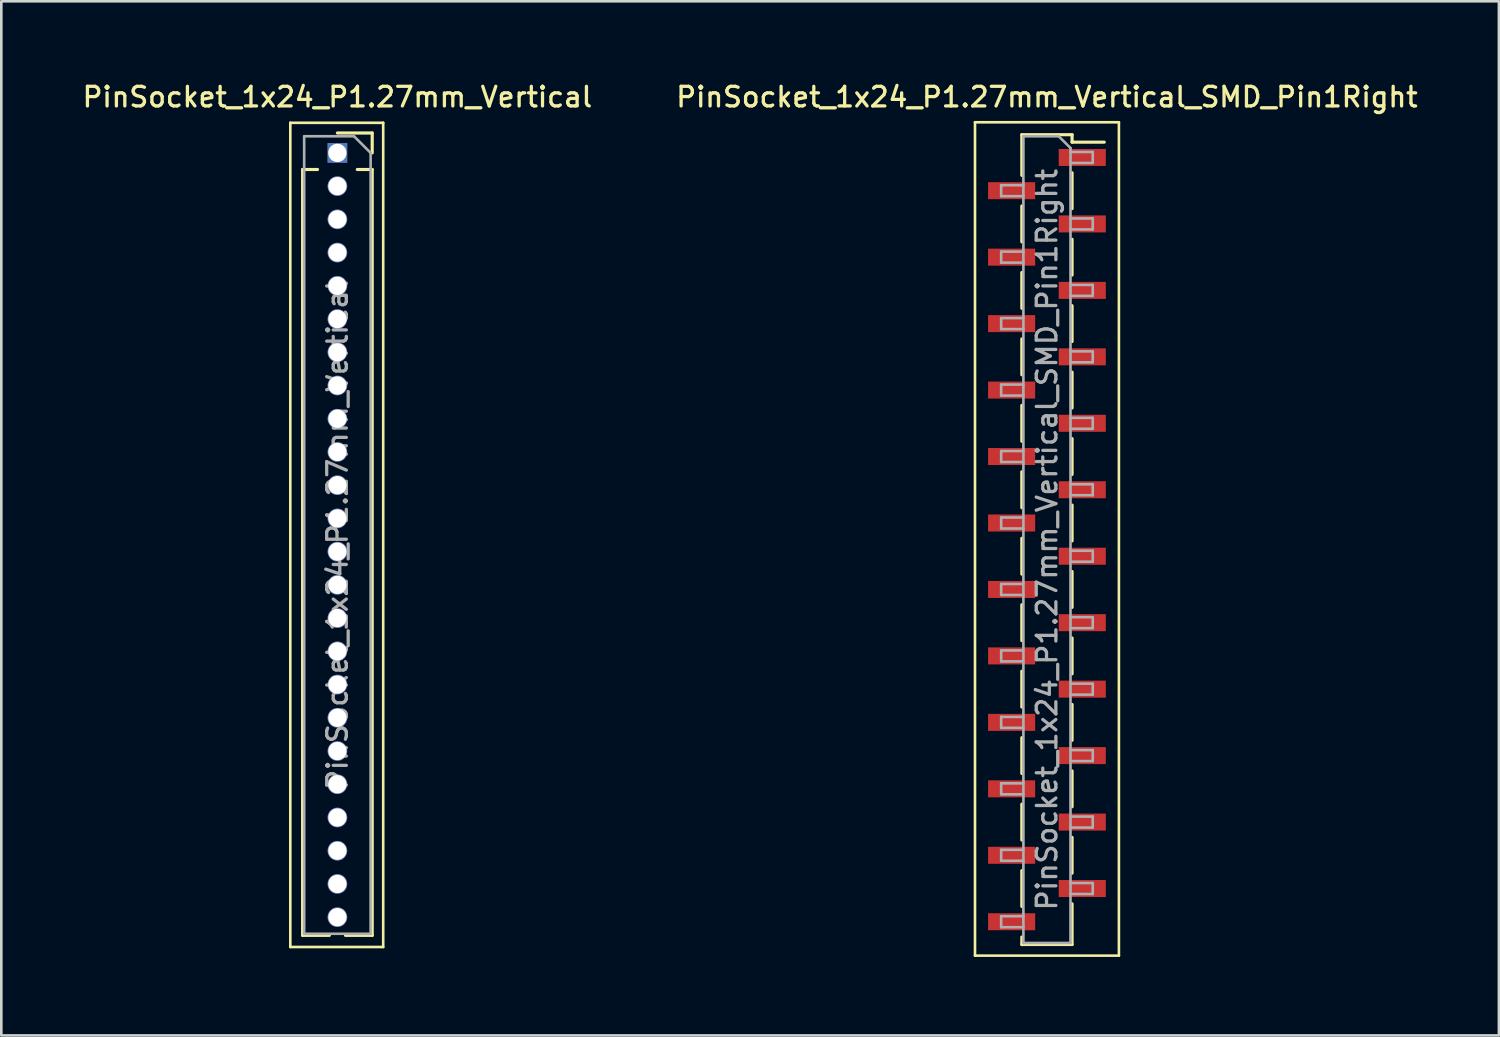
<source format=kicad_pcb>
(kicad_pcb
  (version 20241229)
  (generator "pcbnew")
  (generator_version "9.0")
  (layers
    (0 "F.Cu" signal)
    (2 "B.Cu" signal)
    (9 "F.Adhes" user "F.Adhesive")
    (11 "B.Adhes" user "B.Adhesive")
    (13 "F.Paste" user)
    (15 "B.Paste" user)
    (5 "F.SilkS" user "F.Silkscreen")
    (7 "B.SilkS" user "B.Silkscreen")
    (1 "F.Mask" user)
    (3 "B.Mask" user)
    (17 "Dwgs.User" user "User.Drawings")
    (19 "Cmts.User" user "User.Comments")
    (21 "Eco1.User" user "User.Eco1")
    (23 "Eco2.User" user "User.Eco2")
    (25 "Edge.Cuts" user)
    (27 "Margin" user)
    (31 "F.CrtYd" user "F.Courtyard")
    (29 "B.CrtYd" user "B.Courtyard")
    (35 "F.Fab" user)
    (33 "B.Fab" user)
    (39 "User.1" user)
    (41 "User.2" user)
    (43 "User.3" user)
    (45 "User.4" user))
  (footprint "PinSocket_1x24_P1.27mm_Vertical"
    (layer "F.Cu")
    (at 9.845 2.793)
    (property "Reference" "PinSocket_1x24_P1.27mm_Vertical" (at 0 -2.135 0) (layer "F.SilkS") (effects (font (size 0.75 0.75) (thickness 0.125))))
    (attr through_hole)
    (fp_line (start -1.8 -1.15) (end 1.75 -1.15) (stroke (width 0.1) (type solid)) (layer "F.SilkS"))
    (fp_line (start -1.8 30.35) (end -1.8 -1.15) (stroke (width 0.1) (type solid)) (layer "F.SilkS"))
    (fp_line (start -1.33 0.635) (end -1.33 29.905) (stroke (width 0.12) (type solid)) (layer "F.SilkS"))
    (fp_line (start -1.33 0.635) (end -0.76 0.635) (stroke (width 0.12) (type solid)) (layer "F.SilkS"))
    (fp_line (start -1.33 29.905) (end -0.308 29.905) (stroke (width 0.12) (type solid)) (layer "F.SilkS"))
    (fp_line (start 0 -0.76) (end 1.33 -0.76) (stroke (width 0.12) (type solid)) (layer "F.SilkS"))
    (fp_line (start 0.308 29.905) (end 1.33 29.905) (stroke (width 0.12) (type solid)) (layer "F.SilkS"))
    (fp_line (start 0.76 0.635) (end 1.33 0.635) (stroke (width 0.12) (type solid)) (layer "F.SilkS"))
    (fp_line (start 1.33 -0.76) (end 1.33 0) (stroke (width 0.12) (type solid)) (layer "F.SilkS"))
    (fp_line (start 1.33 0.635) (end 1.33 29.905) (stroke (width 0.12) (type solid)) (layer "F.SilkS"))
    (fp_line (start 1.75 -1.15) (end 1.75 30.35) (stroke (width 0.1) (type solid)) (layer "F.SilkS"))
    (fp_line (start 1.75 30.35) (end -1.8 30.35) (stroke (width 0.1) (type solid)) (layer "F.SilkS"))
    (fp_line (start -1.27 -0.635) (end 0.635 -0.635) (stroke (width 0.1) (type solid)) (layer "F.Fab"))
    (fp_line (start -1.27 29.845) (end -1.27 -0.635) (stroke (width 0.1) (type solid)) (layer "F.Fab"))
    (fp_line (start 0.635 -0.635) (end 1.27 0) (stroke (width 0.1) (type solid)) (layer "F.Fab"))
    (fp_line (start 1.27 0) (end 1.27 29.845) (stroke (width 0.1) (type solid)) (layer "F.Fab"))
    (fp_line (start 1.27 29.845) (end -1.27 29.845) (stroke (width 0.1) (type solid)) (layer "F.Fab"))
    (fp_text user "${REFERENCE}" (at 0 14.605 90) (layer "F.Fab") (effects (font (size 0.75 0.75) (thickness 0.125))))
    (pad "1" thru_hole rect (at 0 0) (size 0.75 0.75) (drill 0.7) (layers "*.Cu" "*.Mask"))
    (pad "2" thru_hole oval (at 0 1.27) (size 0.75 0.75) (drill 0.7) (layers "*.Cu" "*.Mask"))
    (pad "3" thru_hole oval (at 0 2.54) (size 0.75 0.75) (drill 0.7) (layers "*.Cu" "*.Mask"))
    (pad "4" thru_hole oval (at 0 3.81) (size 0.75 0.75) (drill 0.7) (layers "*.Cu" "*.Mask"))
    (pad "5" thru_hole oval (at 0 5.08) (size 0.75 0.75) (drill 0.7) (layers "*.Cu" "*.Mask"))
    (pad "6" thru_hole oval (at 0 6.35) (size 0.75 0.75) (drill 0.7) (layers "*.Cu" "*.Mask"))
    (pad "7" thru_hole oval (at 0 7.62) (size 0.75 0.75) (drill 0.7) (layers "*.Cu" "*.Mask"))
    (pad "8" thru_hole oval (at 0 8.89) (size 0.75 0.75) (drill 0.7) (layers "*.Cu" "*.Mask"))
    (pad "9" thru_hole oval (at 0 10.16) (size 0.75 0.75) (drill 0.7) (layers "*.Cu" "*.Mask"))
    (pad "10" thru_hole oval (at 0 11.43) (size 0.75 0.75) (drill 0.7) (layers "*.Cu" "*.Mask"))
    (pad "11" thru_hole oval (at 0 12.7) (size 0.75 0.75) (drill 0.7) (layers "*.Cu" "*.Mask"))
    (pad "12" thru_hole oval (at 0 13.97) (size 0.75 0.75) (drill 0.7) (layers "*.Cu" "*.Mask"))
    (pad "13" thru_hole oval (at 0 15.24) (size 0.75 0.75) (drill 0.7) (layers "*.Cu" "*.Mask"))
    (pad "14" thru_hole oval (at 0 16.51) (size 0.75 0.75) (drill 0.7) (layers "*.Cu" "*.Mask"))
    (pad "15" thru_hole oval (at 0 17.78) (size 0.75 0.75) (drill 0.7) (layers "*.Cu" "*.Mask"))
    (pad "16" thru_hole oval (at 0 19.05) (size 0.75 0.75) (drill 0.7) (layers "*.Cu" "*.Mask"))
    (pad "17" thru_hole oval (at 0 20.32) (size 0.75 0.75) (drill 0.7) (layers "*.Cu" "*.Mask"))
    (pad "18" thru_hole oval (at 0 21.59) (size 0.75 0.75) (drill 0.7) (layers "*.Cu" "*.Mask"))
    (pad "19" thru_hole oval (at 0 22.86) (size 0.75 0.75) (drill 0.7) (layers "*.Cu" "*.Mask"))
    (pad "20" thru_hole oval (at 0 24.13) (size 0.75 0.75) (drill 0.7) (layers "*.Cu" "*.Mask"))
    (pad "21" thru_hole oval (at 0 25.4) (size 0.75 0.75) (drill 0.7) (layers "*.Cu" "*.Mask"))
    (pad "22" thru_hole oval (at 0 26.67) (size 0.75 0.75) (drill 0.7) (layers "*.Cu" "*.Mask"))
    (pad "23" thru_hole oval (at 0 27.94) (size 0.75 0.75) (drill 0.7) (layers "*.Cu" "*.Mask"))
    (pad "24" thru_hole oval (at 0 29.21) (size 0.75 0.75) (drill 0.7) (layers "*.Cu" "*.Mask")))
  (footprint "PinSocket_1x24_P1.27mm_Vertical_SMD_Pin1Right"
    (layer "F.Cu")
    (at 36.963 17.573)
    (property "Reference" "PinSocket_1x24_P1.27mm_Vertical_SMD_Pin1Right" (at 0 -16.915 0) (layer "F.SilkS") (effects (font (size 0.75 0.75) (thickness 0.125))))
    (attr smd)
    (fp_line (start -2.75 -15.95) (end 2.75 -15.95) (stroke (width 0.1) (type solid)) (layer "F.SilkS"))
    (fp_line (start -2.75 15.9) (end -2.75 -15.95) (stroke (width 0.1) (type solid)) (layer "F.SilkS"))
    (fp_line (start -0.96 -15.475) (end -0.96 -13.92) (stroke (width 0.12) (type solid)) (layer "F.SilkS"))
    (fp_line (start -0.96 -15.475) (end 0.96 -15.475) (stroke (width 0.12) (type solid)) (layer "F.SilkS"))
    (fp_line (start -0.96 -12.75) (end -0.96 -11.38) (stroke (width 0.12) (type solid)) (layer "F.SilkS"))
    (fp_line (start -0.96 -10.21) (end -0.96 -8.84) (stroke (width 0.12) (type solid)) (layer "F.SilkS"))
    (fp_line (start -0.96 -7.67) (end -0.96 -6.3) (stroke (width 0.12) (type solid)) (layer "F.SilkS"))
    (fp_line (start -0.96 -5.13) (end -0.96 -3.76) (stroke (width 0.12) (type solid)) (layer "F.SilkS"))
    (fp_line (start -0.96 -2.59) (end -0.96 -1.22) (stroke (width 0.12) (type solid)) (layer "F.SilkS"))
    (fp_line (start -0.96 -0.05) (end -0.96 1.32) (stroke (width 0.12) (type solid)) (layer "F.SilkS"))
    (fp_line (start -0.96 2.49) (end -0.96 3.86) (stroke (width 0.12) (type solid)) (layer "F.SilkS"))
    (fp_line (start -0.96 5.03) (end -0.96 6.4) (stroke (width 0.12) (type solid)) (layer "F.SilkS"))
    (fp_line (start -0.96 7.57) (end -0.96 8.94) (stroke (width 0.12) (type solid)) (layer "F.SilkS"))
    (fp_line (start -0.96 10.11) (end -0.96 11.48) (stroke (width 0.12) (type solid)) (layer "F.SilkS"))
    (fp_line (start -0.96 12.65) (end -0.96 14.02) (stroke (width 0.12) (type solid)) (layer "F.SilkS"))
    (fp_line (start -0.96 15.19) (end -0.96 15.475) (stroke (width 0.12) (type solid)) (layer "F.SilkS"))
    (fp_line (start -0.96 15.475) (end 0.96 15.475) (stroke (width 0.12) (type solid)) (layer "F.SilkS"))
    (fp_line (start 0.96 -15.475) (end 0.96 -15.19) (stroke (width 0.12) (type solid)) (layer "F.SilkS"))
    (fp_line (start 0.96 -15.19) (end 2.19 -15.19) (stroke (width 0.12) (type solid)) (layer "F.SilkS"))
    (fp_line (start 0.96 -14.02) (end 0.96 -12.65) (stroke (width 0.12) (type solid)) (layer "F.SilkS"))
    (fp_line (start 0.96 -11.48) (end 0.96 -10.11) (stroke (width 0.12) (type solid)) (layer "F.SilkS"))
    (fp_line (start 0.96 -8.94) (end 0.96 -7.57) (stroke (width 0.12) (type solid)) (layer "F.SilkS"))
    (fp_line (start 0.96 -6.4) (end 0.96 -5.03) (stroke (width 0.12) (type solid)) (layer "F.SilkS"))
    (fp_line (start 0.96 -3.86) (end 0.96 -2.49) (stroke (width 0.12) (type solid)) (layer "F.SilkS"))
    (fp_line (start 0.96 -1.32) (end 0.96 0.05) (stroke (width 0.12) (type solid)) (layer "F.SilkS"))
    (fp_line (start 0.96 1.22) (end 0.96 2.59) (stroke (width 0.12) (type solid)) (layer "F.SilkS"))
    (fp_line (start 0.96 3.76) (end 0.96 5.13) (stroke (width 0.12) (type solid)) (layer "F.SilkS"))
    (fp_line (start 0.96 6.3) (end 0.96 7.67) (stroke (width 0.12) (type solid)) (layer "F.SilkS"))
    (fp_line (start 0.96 8.84) (end 0.96 10.21) (stroke (width 0.12) (type solid)) (layer "F.SilkS"))
    (fp_line (start 0.96 11.38) (end 0.96 12.75) (stroke (width 0.12) (type solid)) (layer "F.SilkS"))
    (fp_line (start 0.96 13.92) (end 0.96 15.475) (stroke (width 0.12) (type solid)) (layer "F.SilkS"))
    (fp_line (start 2.75 -15.95) (end 2.75 15.9) (stroke (width 0.1) (type solid)) (layer "F.SilkS"))
    (fp_line (start 2.75 15.9) (end -2.75 15.9) (stroke (width 0.1) (type solid)) (layer "F.SilkS"))
    (fp_line (start -1.75 -13.545) (end -0.9 -13.545) (stroke (width 0.1) (type solid)) (layer "F.Fab"))
    (fp_line (start -1.75 -13.125) (end -1.75 -13.545) (stroke (width 0.1) (type solid)) (layer "F.Fab"))
    (fp_line (start -1.75 -11.005) (end -0.9 -11.005) (stroke (width 0.1) (type solid)) (layer "F.Fab"))
    (fp_line (start -1.75 -10.585) (end -1.75 -11.005) (stroke (width 0.1) (type solid)) (layer "F.Fab"))
    (fp_line (start -1.75 -8.465) (end -0.9 -8.465) (stroke (width 0.1) (type solid)) (layer "F.Fab"))
    (fp_line (start -1.75 -8.045) (end -1.75 -8.465) (stroke (width 0.1) (type solid)) (layer "F.Fab"))
    (fp_line (start -1.75 -5.925) (end -0.9 -5.925) (stroke (width 0.1) (type solid)) (layer "F.Fab"))
    (fp_line (start -1.75 -5.505) (end -1.75 -5.925) (stroke (width 0.1) (type solid)) (layer "F.Fab"))
    (fp_line (start -1.75 -3.385) (end -0.9 -3.385) (stroke (width 0.1) (type solid)) (layer "F.Fab"))
    (fp_line (start -1.75 -2.965) (end -1.75 -3.385) (stroke (width 0.1) (type solid)) (layer "F.Fab"))
    (fp_line (start -1.75 -0.845) (end -0.9 -0.845) (stroke (width 0.1) (type solid)) (layer "F.Fab"))
    (fp_line (start -1.75 -0.425) (end -1.75 -0.845) (stroke (width 0.1) (type solid)) (layer "F.Fab"))
    (fp_line (start -1.75 1.695) (end -0.9 1.695) (stroke (width 0.1) (type solid)) (layer "F.Fab"))
    (fp_line (start -1.75 2.115) (end -1.75 1.695) (stroke (width 0.1) (type solid)) (layer "F.Fab"))
    (fp_line (start -1.75 4.235) (end -0.9 4.235) (stroke (width 0.1) (type solid)) (layer "F.Fab"))
    (fp_line (start -1.75 4.655) (end -1.75 4.235) (stroke (width 0.1) (type solid)) (layer "F.Fab"))
    (fp_line (start -1.75 6.775) (end -0.9 6.775) (stroke (width 0.1) (type solid)) (layer "F.Fab"))
    (fp_line (start -1.75 7.195) (end -1.75 6.775) (stroke (width 0.1) (type solid)) (layer "F.Fab"))
    (fp_line (start -1.75 9.315) (end -0.9 9.315) (stroke (width 0.1) (type solid)) (layer "F.Fab"))
    (fp_line (start -1.75 9.735) (end -1.75 9.315) (stroke (width 0.1) (type solid)) (layer "F.Fab"))
    (fp_line (start -1.75 11.855) (end -0.9 11.855) (stroke (width 0.1) (type solid)) (layer "F.Fab"))
    (fp_line (start -1.75 12.275) (end -1.75 11.855) (stroke (width 0.1) (type solid)) (layer "F.Fab"))
    (fp_line (start -1.75 14.395) (end -0.9 14.395) (stroke (width 0.1) (type solid)) (layer "F.Fab"))
    (fp_line (start -1.75 14.815) (end -1.75 14.395) (stroke (width 0.1) (type solid)) (layer "F.Fab"))
    (fp_line (start -0.9 -15.415) (end 0.45 -15.415) (stroke (width 0.1) (type solid)) (layer "F.Fab"))
    (fp_line (start -0.9 -13.125) (end -1.75 -13.125) (stroke (width 0.1) (type solid)) (layer "F.Fab"))
    (fp_line (start -0.9 -10.585) (end -1.75 -10.585) (stroke (width 0.1) (type solid)) (layer "F.Fab"))
    (fp_line (start -0.9 -8.045) (end -1.75 -8.045) (stroke (width 0.1) (type solid)) (layer "F.Fab"))
    (fp_line (start -0.9 -5.505) (end -1.75 -5.505) (stroke (width 0.1) (type solid)) (layer "F.Fab"))
    (fp_line (start -0.9 -2.965) (end -1.75 -2.965) (stroke (width 0.1) (type solid)) (layer "F.Fab"))
    (fp_line (start -0.9 -0.425) (end -1.75 -0.425) (stroke (width 0.1) (type solid)) (layer "F.Fab"))
    (fp_line (start -0.9 2.115) (end -1.75 2.115) (stroke (width 0.1) (type solid)) (layer "F.Fab"))
    (fp_line (start -0.9 4.655) (end -1.75 4.655) (stroke (width 0.1) (type solid)) (layer "F.Fab"))
    (fp_line (start -0.9 7.195) (end -1.75 7.195) (stroke (width 0.1) (type solid)) (layer "F.Fab"))
    (fp_line (start -0.9 9.735) (end -1.75 9.735) (stroke (width 0.1) (type solid)) (layer "F.Fab"))
    (fp_line (start -0.9 12.275) (end -1.75 12.275) (stroke (width 0.1) (type solid)) (layer "F.Fab"))
    (fp_line (start -0.9 14.815) (end -1.75 14.815) (stroke (width 0.1) (type solid)) (layer "F.Fab"))
    (fp_line (start -0.9 15.415) (end -0.9 -15.415) (stroke (width 0.1) (type solid)) (layer "F.Fab"))
    (fp_line (start 0.45 -15.415) (end 0.9 -14.965) (stroke (width 0.1) (type solid)) (layer "F.Fab"))
    (fp_line (start 0.9 -14.965) (end 0.9 15.415) (stroke (width 0.1) (type solid)) (layer "F.Fab"))
    (fp_line (start 0.9 -14.815) (end 1.75 -14.815) (stroke (width 0.1) (type solid)) (layer "F.Fab"))
    (fp_line (start 0.9 -12.275) (end 1.75 -12.275) (stroke (width 0.1) (type solid)) (layer "F.Fab"))
    (fp_line (start 0.9 -9.735) (end 1.75 -9.735) (stroke (width 0.1) (type solid)) (layer "F.Fab"))
    (fp_line (start 0.9 -7.195) (end 1.75 -7.195) (stroke (width 0.1) (type solid)) (layer "F.Fab"))
    (fp_line (start 0.9 -4.655) (end 1.75 -4.655) (stroke (width 0.1) (type solid)) (layer "F.Fab"))
    (fp_line (start 0.9 -2.115) (end 1.75 -2.115) (stroke (width 0.1) (type solid)) (layer "F.Fab"))
    (fp_line (start 0.9 0.425) (end 1.75 0.425) (stroke (width 0.1) (type solid)) (layer "F.Fab"))
    (fp_line (start 0.9 2.965) (end 1.75 2.965) (stroke (width 0.1) (type solid)) (layer "F.Fab"))
    (fp_line (start 0.9 5.505) (end 1.75 5.505) (stroke (width 0.1) (type solid)) (layer "F.Fab"))
    (fp_line (start 0.9 8.045) (end 1.75 8.045) (stroke (width 0.1) (type solid)) (layer "F.Fab"))
    (fp_line (start 0.9 10.585) (end 1.75 10.585) (stroke (width 0.1) (type solid)) (layer "F.Fab"))
    (fp_line (start 0.9 13.125) (end 1.75 13.125) (stroke (width 0.1) (type solid)) (layer "F.Fab"))
    (fp_line (start 0.9 15.415) (end -0.9 15.415) (stroke (width 0.1) (type solid)) (layer "F.Fab"))
    (fp_line (start 1.75 -14.815) (end 1.75 -14.395) (stroke (width 0.1) (type solid)) (layer "F.Fab"))
    (fp_line (start 1.75 -14.395) (end 0.9 -14.395) (stroke (width 0.1) (type solid)) (layer "F.Fab"))
    (fp_line (start 1.75 -12.275) (end 1.75 -11.855) (stroke (width 0.1) (type solid)) (layer "F.Fab"))
    (fp_line (start 1.75 -11.855) (end 0.9 -11.855) (stroke (width 0.1) (type solid)) (layer "F.Fab"))
    (fp_line (start 1.75 -9.735) (end 1.75 -9.315) (stroke (width 0.1) (type solid)) (layer "F.Fab"))
    (fp_line (start 1.75 -9.315) (end 0.9 -9.315) (stroke (width 0.1) (type solid)) (layer "F.Fab"))
    (fp_line (start 1.75 -7.195) (end 1.75 -6.775) (stroke (width 0.1) (type solid)) (layer "F.Fab"))
    (fp_line (start 1.75 -6.775) (end 0.9 -6.775) (stroke (width 0.1) (type solid)) (layer "F.Fab"))
    (fp_line (start 1.75 -4.655) (end 1.75 -4.235) (stroke (width 0.1) (type solid)) (layer "F.Fab"))
    (fp_line (start 1.75 -4.235) (end 0.9 -4.235) (stroke (width 0.1) (type solid)) (layer "F.Fab"))
    (fp_line (start 1.75 -2.115) (end 1.75 -1.695) (stroke (width 0.1) (type solid)) (layer "F.Fab"))
    (fp_line (start 1.75 -1.695) (end 0.9 -1.695) (stroke (width 0.1) (type solid)) (layer "F.Fab"))
    (fp_line (start 1.75 0.425) (end 1.75 0.845) (stroke (width 0.1) (type solid)) (layer "F.Fab"))
    (fp_line (start 1.75 0.845) (end 0.9 0.845) (stroke (width 0.1) (type solid)) (layer "F.Fab"))
    (fp_line (start 1.75 2.965) (end 1.75 3.385) (stroke (width 0.1) (type solid)) (layer "F.Fab"))
    (fp_line (start 1.75 3.385) (end 0.9 3.385) (stroke (width 0.1) (type solid)) (layer "F.Fab"))
    (fp_line (start 1.75 5.505) (end 1.75 5.925) (stroke (width 0.1) (type solid)) (layer "F.Fab"))
    (fp_line (start 1.75 5.925) (end 0.9 5.925) (stroke (width 0.1) (type solid)) (layer "F.Fab"))
    (fp_line (start 1.75 8.045) (end 1.75 8.465) (stroke (width 0.1) (type solid)) (layer "F.Fab"))
    (fp_line (start 1.75 8.465) (end 0.9 8.465) (stroke (width 0.1) (type solid)) (layer "F.Fab"))
    (fp_line (start 1.75 10.585) (end 1.75 11.005) (stroke (width 0.1) (type solid)) (layer "F.Fab"))
    (fp_line (start 1.75 11.005) (end 0.9 11.005) (stroke (width 0.1) (type solid)) (layer "F.Fab"))
    (fp_line (start 1.75 13.125) (end 1.75 13.545) (stroke (width 0.1) (type solid)) (layer "F.Fab"))
    (fp_line (start 1.75 13.545) (end 0.9 13.545) (stroke (width 0.1) (type solid)) (layer "F.Fab"))
    (fp_text user "${REFERENCE}" (at 0 0 90) (layer "F.Fab") (effects (font (size 0.75 0.75) (thickness 0.125))))
    (pad "1" smd rect (at 1.35 -14.605) (size 1.8 0.65) (layers "F.Cu" "F.Mask" "F.Paste"))
    (pad "2" smd rect (at -1.35 -13.335) (size 1.8 0.65) (layers "F.Cu" "F.Mask" "F.Paste"))
    (pad "3" smd rect (at 1.35 -12.065) (size 1.8 0.65) (layers "F.Cu" "F.Mask" "F.Paste"))
    (pad "4" smd rect (at -1.35 -10.795) (size 1.8 0.65) (layers "F.Cu" "F.Mask" "F.Paste"))
    (pad "5" smd rect (at 1.35 -9.525) (size 1.8 0.65) (layers "F.Cu" "F.Mask" "F.Paste"))
    (pad "6" smd rect (at -1.35 -8.255) (size 1.8 0.65) (layers "F.Cu" "F.Mask" "F.Paste"))
    (pad "7" smd rect (at 1.35 -6.985) (size 1.8 0.65) (layers "F.Cu" "F.Mask" "F.Paste"))
    (pad "8" smd rect (at -1.35 -5.715) (size 1.8 0.65) (layers "F.Cu" "F.Mask" "F.Paste"))
    (pad "9" smd rect (at 1.35 -4.445) (size 1.8 0.65) (layers "F.Cu" "F.Mask" "F.Paste"))
    (pad "10" smd rect (at -1.35 -3.175) (size 1.8 0.65) (layers "F.Cu" "F.Mask" "F.Paste"))
    (pad "11" smd rect (at 1.35 -1.905) (size 1.8 0.65) (layers "F.Cu" "F.Mask" "F.Paste"))
    (pad "12" smd rect (at -1.35 -0.635) (size 1.8 0.65) (layers "F.Cu" "F.Mask" "F.Paste"))
    (pad "13" smd rect (at 1.35 0.635) (size 1.8 0.65) (layers "F.Cu" "F.Mask" "F.Paste"))
    (pad "14" smd rect (at -1.35 1.905) (size 1.8 0.65) (layers "F.Cu" "F.Mask" "F.Paste"))
    (pad "15" smd rect (at 1.35 3.175) (size 1.8 0.65) (layers "F.Cu" "F.Mask" "F.Paste"))
    (pad "16" smd rect (at -1.35 4.445) (size 1.8 0.65) (layers "F.Cu" "F.Mask" "F.Paste"))
    (pad "17" smd rect (at 1.35 5.715) (size 1.8 0.65) (layers "F.Cu" "F.Mask" "F.Paste"))
    (pad "18" smd rect (at -1.35 6.985) (size 1.8 0.65) (layers "F.Cu" "F.Mask" "F.Paste"))
    (pad "19" smd rect (at 1.35 8.255) (size 1.8 0.65) (layers "F.Cu" "F.Mask" "F.Paste"))
    (pad "20" smd rect (at -1.35 9.525) (size 1.8 0.65) (layers "F.Cu" "F.Mask" "F.Paste"))
    (pad "21" smd rect (at 1.35 10.795) (size 1.8 0.65) (layers "F.Cu" "F.Mask" "F.Paste"))
    (pad "22" smd rect (at -1.35 12.065) (size 1.8 0.65) (layers "F.Cu" "F.Mask" "F.Paste"))
    (pad "23" smd rect (at 1.35 13.335) (size 1.8 0.65) (layers "F.Cu" "F.Mask" "F.Paste"))
    (pad "24" smd rect (at -1.35 14.605) (size 1.8 0.65) (layers "F.Cu" "F.Mask" "F.Paste")))
  (gr_rect
    (start -3 -3)
    (end 54.236 36.523)
    (stroke (width 0.1) (type default))
    (fill no)
    (layer "Edge.Cuts")))
</source>
